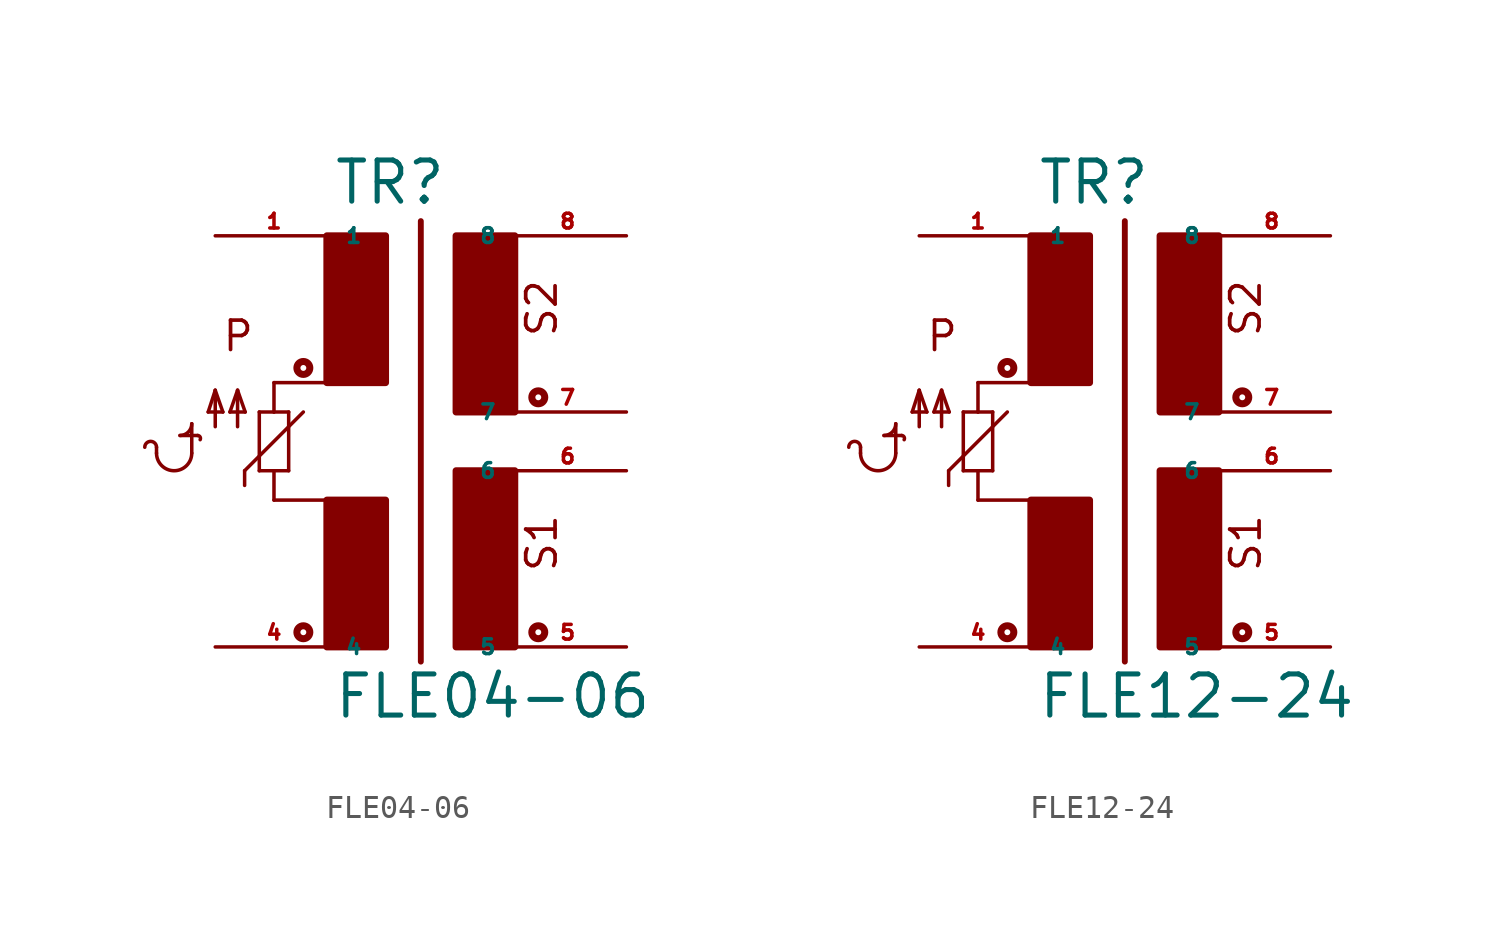
<source format=kicad_sym>
(kicad_symbol_lib
  (version 20220914)
  (generator Eagle2Kicad)
  (symbol "FLE04-06"
    (property "Reference" "TR"
      (at -2.54 8.89 0)
      (effects (font (size 1.778 1.778) (thickness 0.22)) (justify left bottom)))
    (property "Value" "FLE04-06"
      (at -2.54 -13.335 0)
      (effects (font (size 1.778 1.778) (thickness 0.22)) (justify left bottom)))
    (polyline
      (pts (xy 1.27 8.255) (xy 1.27 -10.795))
      (stroke (width 0.254) (type default))
      (fill (type none)))
    (polyline
      (pts (xy -2.54 1.27) (xy -5.08 1.27))
      (stroke (width 0.152) (type default))
      (fill (type none)))
    (polyline
      (pts (xy -5.08 -3.81) (xy -2.54 -3.81))
      (stroke (width 0.152) (type default))
      (fill (type none)))
    (polyline
      (pts (xy -5.08 0) (xy -5.08 1.27))
      (stroke (width 0.152) (type default))
      (fill (type none)))
    (polyline
      (pts (xy -5.715 -2.54) (xy -5.08 -2.54))
      (stroke (width 0.152) (type default))
      (fill (type none)))
    (polyline
      (pts (xy -4.445 -2.54) (xy -4.445 0))
      (stroke (width 0.152) (type default))
      (fill (type none)))
    (polyline
      (pts (xy -4.445 0) (xy -5.08 0))
      (stroke (width 0.152) (type default))
      (fill (type none)))
    (polyline
      (pts (xy -5.08 0) (xy -5.715 0))
      (stroke (width 0.152) (type default))
      (fill (type none)))
    (polyline
      (pts (xy -5.715 0) (xy -5.715 -2.54))
      (stroke (width 0.152) (type default))
      (fill (type none)))
    (polyline
      (pts (xy -6.35 -3.175) (xy -6.35 -2.54))
      (stroke (width 0.152) (type default))
      (fill (type none)))
    (polyline
      (pts (xy -6.35 -2.54) (xy -3.81 0))
      (stroke (width 0.152) (type default))
      (fill (type none)))
    (polyline
      (pts (xy -7.62 -0.635) (xy -7.62 0.94))
      (stroke (width 0.152) (type default))
      (fill (type none)))
    (polyline
      (pts (xy -6.655 -0.635) (xy -6.655 0.94))
      (stroke (width 0.152) (type default))
      (fill (type none)))
    (polyline
      (pts (xy -7.62 0.94) (xy -7.925 0))
      (stroke (width 0.152) (type default))
      (fill (type none)))
    (polyline
      (pts (xy -7.925 0) (xy -7.29 0))
      (stroke (width 0.152) (type default))
      (fill (type none)))
    (polyline
      (pts (xy -6.655 0.94) (xy -6.985 0))
      (stroke (width 0.152) (type default))
      (fill (type none)))
    (polyline
      (pts (xy -6.985 0) (xy -6.325 0))
      (stroke (width 0.152) (type default))
      (fill (type none)))
    (polyline
      (pts (xy -6.325 0) (xy -6.655 0.94))
      (stroke (width 0.152) (type default))
      (fill (type none)))
    (polyline
      (pts (xy -7.29 0) (xy -7.62 0.94))
      (stroke (width 0.152) (type default))
      (fill (type none)))
    (arc
      (start -10.16 -1.778)
      (mid -9.398 -2.540)
      (end -8.636 -1.778)
      (stroke (width 0.1524) (type default))
      (fill (type none)))
    (arc
      (start -10.16 -1.524)
      (mid -10.414 -1.270)
      (end -10.668 -1.524)
      (stroke (width 0.1524) (type default))
      (fill (type none)))
    (polyline
      (pts (xy -10.16 -1.778) (xy -10.16 -1.524))
      (stroke (width 0.152) (type default))
      (fill (type none)))
    (polyline
      (pts (xy -8.636 -1.778) (xy -8.636 -0.508))
      (stroke (width 0.152) (type default))
      (fill (type none)))
    (arc
      (start -9.144 -1.016)
      (mid -8.785 -0.867)
      (end -8.636 -0.508)
      (stroke (width 0.1524) (type default))
      (fill (type none)))
    (arc
      (start -8.2684 -1.1998)
      (mid -8.274 -1.076)
      (end -8.382 -1.016)
      (stroke (width 0.1524) (type default))
      (fill (type none)))
    (polyline
      (pts (xy -9.144 -1.016) (xy -8.382 -1.016))
      (stroke (width 0.152) (type default))
      (fill (type none)))
    (polyline
      (pts (xy -5.08 -3.81) (xy -5.08 -2.54))
      (stroke (width 0.152) (type default))
      (fill (type none)))
    (polyline
      (pts (xy -5.08 -2.54) (xy -4.445 -2.54))
      (stroke (width 0.152) (type default))
      (fill (type none)))
    (text "S2"
      (at 7.239 3.175 900)
      (effects (font (size 1.27 1.27) (thickness 0.16)) (justify left bottom)))
    (text "S1"
      (at 7.239 -6.985 900)
      (effects (font (size 1.27 1.27) (thickness 0.16)) (justify left bottom)))
    (text "P"
      (at -7.366 2.54 0)
      (effects (font (size 1.27 1.27) (thickness 0.16)) (justify left bottom)))
    (circle
      (center -3.81 1.905)
      (radius 0.127)
      (stroke (width 0.305) (type default))
      (fill (type none)))
    (circle
      (center -3.81 -9.525)
      (radius 0.127)
      (stroke (width 0.305) (type default))
      (fill (type none)))
    (circle
      (center 6.35 0.635)
      (radius 0.127)
      (stroke (width 0.305) (type default))
      (fill (type none)))
    (circle
      (center 6.35 -9.525)
      (radius 0.127)
      (stroke (width 0.305) (type default))
      (fill (type none)))
    (rectangle
      (start -2.794 1.27)
      (end -0.254 7.62)
      (stroke (width 0.3) (type default))
      (fill (type outline)))
    (rectangle
      (start -2.794 -10.16)
      (end -0.254 -3.81)
      (stroke (width 0.3) (type default))
      (fill (type outline)))
    (rectangle
      (start 2.794 -10.16)
      (end 5.334 -2.54)
      (stroke (width 0.3) (type default))
      (fill (type outline)))
    (rectangle
      (start 2.794 0)
      (end 5.334 7.62)
      (stroke (width 0.3) (type default))
      (fill (type outline)))
    (pin passive line
      (at -7.62 7.62 0)
      (length 5.08)
      (name "1" (effects (font (size 0.635 0.635) (thickness 0.08)) (justify left bottom)))
      (number "1" (effects (font (size 0.635 0.635) (thickness 0.08)) (justify left bottom))))
    (pin passive line
      (at 10.16 -10.16 180)
      (length 5.08)
      (name "5" (effects (font (size 0.635 0.635) (thickness 0.08)) (justify left bottom)))
      (number "5" (effects (font (size 0.635 0.635) (thickness 0.08)) (justify left bottom))))
    (pin passive line
      (at 10.16 -2.54 180)
      (length 5.08)
      (name "6" (effects (font (size 0.635 0.635) (thickness 0.08)) (justify left bottom)))
      (number "6" (effects (font (size 0.635 0.635) (thickness 0.08)) (justify left bottom))))
    (pin passive line
      (at 10.16 0 180)
      (length 5.08)
      (name "7" (effects (font (size 0.635 0.635) (thickness 0.08)) (justify left bottom)))
      (number "7" (effects (font (size 0.635 0.635) (thickness 0.08)) (justify left bottom))))
    (pin passive line
      (at 10.16 7.62 180)
      (length 5.08)
      (name "8" (effects (font (size 0.635 0.635) (thickness 0.08)) (justify left bottom)))
      (number "8" (effects (font (size 0.635 0.635) (thickness 0.08)) (justify left bottom))))
    (pin passive line
      (at -7.62 -10.16 0)
      (length 5.08)
      (name "4" (effects (font (size 0.635 0.635) (thickness 0.08)) (justify left bottom)))
      (number "4" (effects (font (size 0.635 0.635) (thickness 0.08)) (justify left bottom)))))
  (symbol "FLE12-24"
    (property "Reference" "TR"
      (at -2.54 8.89 0)
      (effects (font (size 1.778 1.778) (thickness 0.22)) (justify left bottom)))
    (property "Value" "FLE12-24"
      (at -2.54 -13.335 0)
      (effects (font (size 1.778 1.778) (thickness 0.22)) (justify left bottom)))
    (polyline
      (pts (xy 1.27 8.255) (xy 1.27 -10.795))
      (stroke (width 0.254) (type default))
      (fill (type none)))
    (polyline
      (pts (xy -2.54 1.27) (xy -5.08 1.27))
      (stroke (width 0.152) (type default))
      (fill (type none)))
    (polyline
      (pts (xy -5.08 -3.81) (xy -2.54 -3.81))
      (stroke (width 0.152) (type default))
      (fill (type none)))
    (polyline
      (pts (xy -5.08 0) (xy -5.08 1.27))
      (stroke (width 0.152) (type default))
      (fill (type none)))
    (polyline
      (pts (xy -5.715 -2.54) (xy -5.08 -2.54))
      (stroke (width 0.152) (type default))
      (fill (type none)))
    (polyline
      (pts (xy -4.445 -2.54) (xy -4.445 0))
      (stroke (width 0.152) (type default))
      (fill (type none)))
    (polyline
      (pts (xy -4.445 0) (xy -5.08 0))
      (stroke (width 0.152) (type default))
      (fill (type none)))
    (polyline
      (pts (xy -5.08 0) (xy -5.715 0))
      (stroke (width 0.152) (type default))
      (fill (type none)))
    (polyline
      (pts (xy -5.715 0) (xy -5.715 -2.54))
      (stroke (width 0.152) (type default))
      (fill (type none)))
    (polyline
      (pts (xy -6.35 -3.175) (xy -6.35 -2.54))
      (stroke (width 0.152) (type default))
      (fill (type none)))
    (polyline
      (pts (xy -6.35 -2.54) (xy -3.81 0))
      (stroke (width 0.152) (type default))
      (fill (type none)))
    (polyline
      (pts (xy -7.62 -0.635) (xy -7.62 0.94))
      (stroke (width 0.152) (type default))
      (fill (type none)))
    (polyline
      (pts (xy -6.655 -0.635) (xy -6.655 0.94))
      (stroke (width 0.152) (type default))
      (fill (type none)))
    (polyline
      (pts (xy -7.62 0.94) (xy -7.925 0))
      (stroke (width 0.152) (type default))
      (fill (type none)))
    (polyline
      (pts (xy -7.925 0) (xy -7.29 0))
      (stroke (width 0.152) (type default))
      (fill (type none)))
    (polyline
      (pts (xy -6.655 0.94) (xy -6.985 0))
      (stroke (width 0.152) (type default))
      (fill (type none)))
    (polyline
      (pts (xy -6.985 0) (xy -6.325 0))
      (stroke (width 0.152) (type default))
      (fill (type none)))
    (polyline
      (pts (xy -6.325 0) (xy -6.655 0.94))
      (stroke (width 0.152) (type default))
      (fill (type none)))
    (polyline
      (pts (xy -7.29 0) (xy -7.62 0.94))
      (stroke (width 0.152) (type default))
      (fill (type none)))
    (arc
      (start -10.16 -1.778)
      (mid -9.398 -2.540)
      (end -8.636 -1.778)
      (stroke (width 0.1524) (type default))
      (fill (type none)))
    (arc
      (start -10.16 -1.524)
      (mid -10.414 -1.270)
      (end -10.668 -1.524)
      (stroke (width 0.1524) (type default))
      (fill (type none)))
    (polyline
      (pts (xy -10.16 -1.778) (xy -10.16 -1.524))
      (stroke (width 0.152) (type default))
      (fill (type none)))
    (polyline
      (pts (xy -8.636 -1.778) (xy -8.636 -0.508))
      (stroke (width 0.152) (type default))
      (fill (type none)))
    (arc
      (start -9.144 -1.016)
      (mid -8.785 -0.867)
      (end -8.636 -0.508)
      (stroke (width 0.1524) (type default))
      (fill (type none)))
    (arc
      (start -8.2684 -1.1998)
      (mid -8.274 -1.076)
      (end -8.382 -1.016)
      (stroke (width 0.1524) (type default))
      (fill (type none)))
    (polyline
      (pts (xy -9.144 -1.016) (xy -8.382 -1.016))
      (stroke (width 0.152) (type default))
      (fill (type none)))
    (polyline
      (pts (xy -5.08 -3.81) (xy -5.08 -2.54))
      (stroke (width 0.152) (type default))
      (fill (type none)))
    (polyline
      (pts (xy -5.08 -2.54) (xy -4.445 -2.54))
      (stroke (width 0.152) (type default))
      (fill (type none)))
    (text "S2"
      (at 7.239 3.175 900)
      (effects (font (size 1.27 1.27) (thickness 0.16)) (justify left bottom)))
    (text "S1"
      (at 7.239 -6.985 900)
      (effects (font (size 1.27 1.27) (thickness 0.16)) (justify left bottom)))
    (text "P"
      (at -7.366 2.54 0)
      (effects (font (size 1.27 1.27) (thickness 0.16)) (justify left bottom)))
    (circle
      (center -3.81 1.905)
      (radius 0.127)
      (stroke (width 0.305) (type default))
      (fill (type none)))
    (circle
      (center -3.81 -9.525)
      (radius 0.127)
      (stroke (width 0.305) (type default))
      (fill (type none)))
    (circle
      (center 6.35 0.635)
      (radius 0.127)
      (stroke (width 0.305) (type default))
      (fill (type none)))
    (circle
      (center 6.35 -9.525)
      (radius 0.127)
      (stroke (width 0.305) (type default))
      (fill (type none)))
    (rectangle
      (start -2.794 1.27)
      (end -0.254 7.62)
      (stroke (width 0.3) (type default))
      (fill (type outline)))
    (rectangle
      (start -2.794 -10.16)
      (end -0.254 -3.81)
      (stroke (width 0.3) (type default))
      (fill (type outline)))
    (rectangle
      (start 2.794 -10.16)
      (end 5.334 -2.54)
      (stroke (width 0.3) (type default))
      (fill (type outline)))
    (rectangle
      (start 2.794 0)
      (end 5.334 7.62)
      (stroke (width 0.3) (type default))
      (fill (type outline)))
    (pin passive line
      (at -7.62 7.62 0)
      (length 5.08)
      (name "1" (effects (font (size 0.635 0.635) (thickness 0.08)) (justify left bottom)))
      (number "1" (effects (font (size 0.635 0.635) (thickness 0.08)) (justify left bottom))))
    (pin passive line
      (at 10.16 -10.16 180)
      (length 5.08)
      (name "5" (effects (font (size 0.635 0.635) (thickness 0.08)) (justify left bottom)))
      (number "5" (effects (font (size 0.635 0.635) (thickness 0.08)) (justify left bottom))))
    (pin passive line
      (at 10.16 -2.54 180)
      (length 5.08)
      (name "6" (effects (font (size 0.635 0.635) (thickness 0.08)) (justify left bottom)))
      (number "6" (effects (font (size 0.635 0.635) (thickness 0.08)) (justify left bottom))))
    (pin passive line
      (at 10.16 0 180)
      (length 5.08)
      (name "7" (effects (font (size 0.635 0.635) (thickness 0.08)) (justify left bottom)))
      (number "7" (effects (font (size 0.635 0.635) (thickness 0.08)) (justify left bottom))))
    (pin passive line
      (at 10.16 7.62 180)
      (length 5.08)
      (name "8" (effects (font (size 0.635 0.635) (thickness 0.08)) (justify left bottom)))
      (number "8" (effects (font (size 0.635 0.635) (thickness 0.08)) (justify left bottom))))
    (pin passive line
      (at -7.62 -10.16 0)
      (length 5.08)
      (name "4" (effects (font (size 0.635 0.635) (thickness 0.08)) (justify left bottom)))
      (number "4" (effects (font (size 0.635 0.635) (thickness 0.08)) (justify left bottom))))))
</source>
